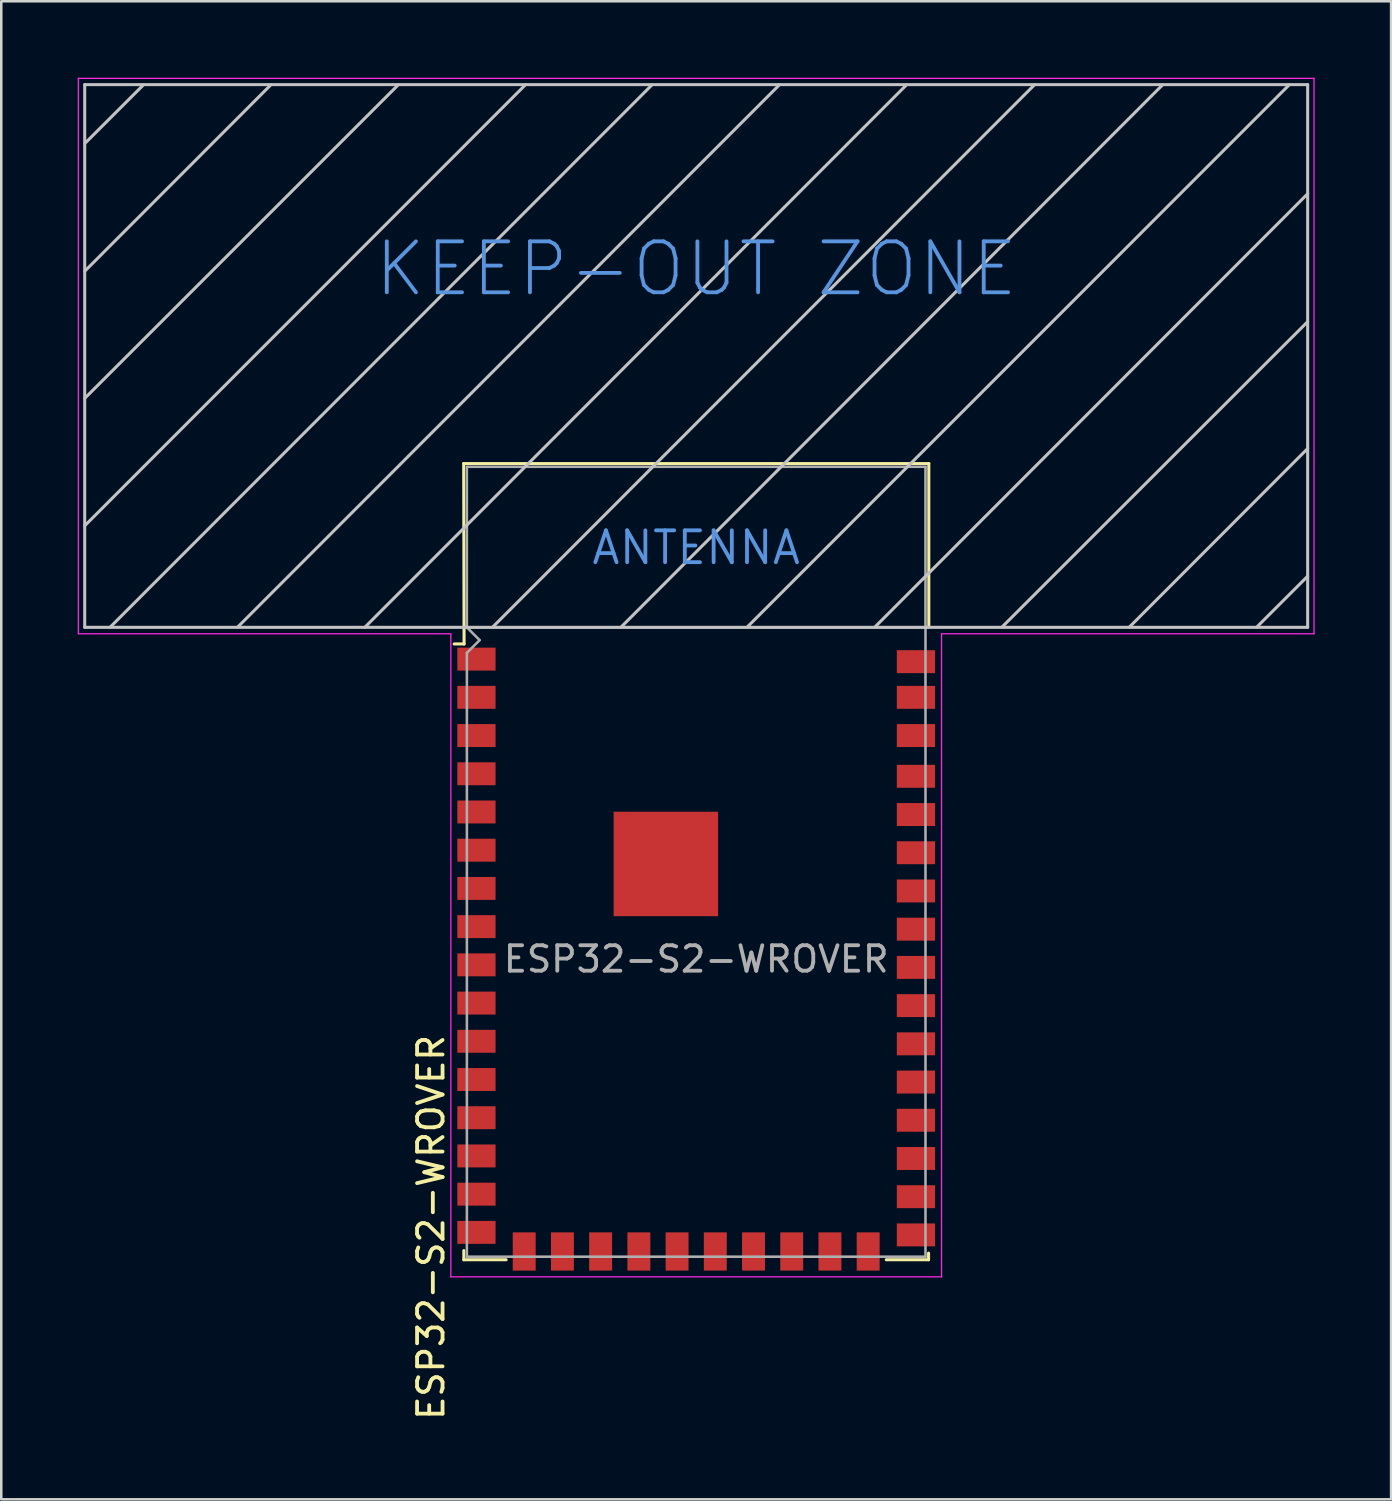
<source format=kicad_pcb>
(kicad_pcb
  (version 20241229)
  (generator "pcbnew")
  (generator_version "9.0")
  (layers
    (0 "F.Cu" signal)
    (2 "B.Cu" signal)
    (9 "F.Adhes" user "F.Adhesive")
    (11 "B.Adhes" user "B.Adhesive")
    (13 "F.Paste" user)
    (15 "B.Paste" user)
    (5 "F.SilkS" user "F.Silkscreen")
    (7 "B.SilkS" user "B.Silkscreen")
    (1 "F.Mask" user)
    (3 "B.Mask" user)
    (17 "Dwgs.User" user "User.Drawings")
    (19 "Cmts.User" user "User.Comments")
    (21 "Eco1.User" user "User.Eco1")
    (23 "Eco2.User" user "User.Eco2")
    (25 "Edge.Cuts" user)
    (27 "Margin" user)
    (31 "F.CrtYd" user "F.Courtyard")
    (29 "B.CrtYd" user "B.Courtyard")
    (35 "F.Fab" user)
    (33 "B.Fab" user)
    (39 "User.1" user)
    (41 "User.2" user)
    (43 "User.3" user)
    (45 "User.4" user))
  (footprint "ESP32-S2-WROVER"
    (layer "F.Cu")
    (at 24.275 34.595)
    (property "Reference" "ESP32-S2-WROVER" (at -10.41 10.53 90) (layer "F.SilkS") (effects (font (size 1 1) (thickness 0.15))))
    (attr smd)
    (fp_line (start -9.125 -19.45) (end 9.13 -19.45) (stroke (width 0.12) (type solid)) (layer "F.SilkS"))
    (fp_line (start -9.12 11.44) (end -9.12 11.8) (stroke (width 0.12) (type solid)) (layer "F.SilkS"))
    (fp_line (start -9.12 11.8) (end -7.46 11.8) (stroke (width 0.12) (type solid)) (layer "F.SilkS"))
    (fp_line (start -9.11 -12.37) (end -9.5 -12.37) (stroke (width 0.12) (type solid)) (layer "F.SilkS"))
    (fp_line (start -9.11 -12.37) (end -9.125 -19.45) (stroke (width 0.12) (type solid)) (layer "F.SilkS"))
    (fp_line (start 9.12 11.54) (end 9.12 11.8) (stroke (width 0.12) (type solid)) (layer "F.SilkS"))
    (fp_line (start 9.12 11.8) (end 7.46 11.8) (stroke (width 0.12) (type solid)) (layer "F.SilkS"))
    (fp_line (start 9.13 -13.03) (end 9.13 -19.45) (stroke (width 0.12) (type solid)) (layer "F.SilkS"))
    (fp_line (start -24 -34.323) (end -24 -13.023) (stroke (width 0.12) (type solid)) (layer "Dwgs.User"))
    (fp_line (start -24 -34.323) (end 24 -34.323) (stroke (width 0.12) (type solid)) (layer "Dwgs.User"))
    (fp_line (start -24 -13.023) (end 24 -13.023) (stroke (width 0.12) (type solid)) (layer "Dwgs.User"))
    (fp_line (start -21.69 -34.32) (end -23.99 -32.02) (stroke (width 0.12) (type solid)) (layer "Dwgs.User"))
    (fp_line (start -16.69 -34.32) (end -24 -27) (stroke (width 0.12) (type solid)) (layer "Dwgs.User"))
    (fp_line (start -11.69 -34.32) (end -24 -22.01) (stroke (width 0.12) (type solid)) (layer "Dwgs.User"))
    (fp_line (start -6.7 -34.32) (end -24 -17.01) (stroke (width 0.12) (type solid)) (layer "Dwgs.User"))
    (fp_line (start -1.73 -34.32) (end -23 -13.03) (stroke (width 0.12) (type solid)) (layer "Dwgs.User"))
    (fp_line (start 3.27 -34.32) (end -18 -13.03) (stroke (width 0.12) (type solid)) (layer "Dwgs.User"))
    (fp_line (start 8.26 -34.32) (end -13.01 -13.02) (stroke (width 0.12) (type solid)) (layer "Dwgs.User"))
    (fp_line (start 13.28 -34.32) (end -7.99 -13.03) (stroke (width 0.12) (type solid)) (layer "Dwgs.User"))
    (fp_line (start 18.31 -34.32) (end -2.95 -13.03) (stroke (width 0.12) (type solid)) (layer "Dwgs.User"))
    (fp_line (start 23.28 -34.32) (end 2 -13.03) (stroke (width 0.12) (type solid)) (layer "Dwgs.User"))
    (fp_line (start 24 -34.323) (end 24 -13.023) (stroke (width 0.12) (type solid)) (layer "Dwgs.User"))
    (fp_line (start 24 -30.04) (end 7.01 -13.03) (stroke (width 0.12) (type solid)) (layer "Dwgs.User"))
    (fp_line (start 24 -25.02) (end 12 -13.03) (stroke (width 0.12) (type solid)) (layer "Dwgs.User"))
    (fp_line (start 24 -20.04) (end 17 -13.03) (stroke (width 0.12) (type solid)) (layer "Dwgs.User"))
    (fp_line (start 24 -15.03) (end 22 -13.03) (stroke (width 0.12) (type solid)) (layer "Dwgs.User"))
    (fp_line (start -24.25 -34.57) (end -24.25 -12.77) (stroke (width 0.05) (type solid)) (layer "F.CrtYd"))
    (fp_line (start -24.25 -12.77) (end -9.63 -12.77) (stroke (width 0.05) (type solid)) (layer "F.CrtYd"))
    (fp_line (start -9.63 -12.77) (end -9.63 12.47) (stroke (width 0.05) (type solid)) (layer "F.CrtYd"))
    (fp_line (start -9.63 12.47) (end 9.63 12.47) (stroke (width 0.05) (type solid)) (layer "F.CrtYd"))
    (fp_line (start 9.63 -12.77) (end 24.25 -12.77) (stroke (width 0.05) (type solid)) (layer "F.CrtYd"))
    (fp_line (start 9.63 12.47) (end 9.63 -12.77) (stroke (width 0.05) (type solid)) (layer "F.CrtYd"))
    (fp_line (start 24.25 -34.57) (end -24.25 -34.57) (stroke (width 0.05) (type solid)) (layer "F.CrtYd"))
    (fp_line (start 24.25 -12.77) (end 24.25 -34.57) (stroke (width 0.05) (type solid)) (layer "F.CrtYd"))
    (fp_line (start -9 -19.323) (end 9 -19.323) (stroke (width 0.1) (type solid)) (layer "F.Fab"))
    (fp_line (start -9 -19.32) (end -9 -13.02) (stroke (width 0.1) (type solid)) (layer "F.Fab"))
    (fp_line (start -9 -12.02) (end -9 11.68) (stroke (width 0.1) (type solid)) (layer "F.Fab"))
    (fp_line (start -9 -12.02) (end -8.5 -12.52) (stroke (width 0.1) (type solid)) (layer "F.Fab"))
    (fp_line (start -9 11.68) (end 9 11.68) (stroke (width 0.1) (type solid)) (layer "F.Fab"))
    (fp_line (start -8.5 -12.52) (end -9 -13.02) (stroke (width 0.1) (type solid)) (layer "F.Fab"))
    (fp_line (start 9 -19.32) (end 9 11.68) (stroke (width 0.1) (type solid)) (layer "F.Fab"))
    (fp_line (start 9 -13.023) (end -9 -13.023) (stroke (width 0.1) (type solid)) (layer "F.Fab"))
    (fp_text user "ANTENNA" (at 0 -16.15 0) (layer "Cmts.User") (effects (font (size 1.25 1.25) (thickness 0.15))))
    (fp_text user "KEEP-OUT ZONE" (at 0 -27.09 0) (layer "Cmts.User") (effects (font (size 2 2) (thickness 0.15))))
    (fp_text user "${REFERENCE}" (at 0 0 0) (layer "F.Fab") (effects (font (size 1 1) (thickness 0.15))))
    (pad "1" smd rect (at -8.625 -11.775) (size 1.5 0.9) (layers "F.Cu" "F.Mask" "F.Paste"))
    (pad "2" smd rect (at -8.625 -10.275) (size 1.5 0.9) (layers "F.Cu" "F.Mask" "F.Paste"))
    (pad "3" smd rect (at -8.625 -8.775) (size 1.5 0.9) (layers "F.Cu" "F.Mask" "F.Paste"))
    (pad "4" smd rect (at -8.625 -7.275) (size 1.5 0.9) (layers "F.Cu" "F.Mask" "F.Paste"))
    (pad "5" smd rect (at -8.625 -5.775) (size 1.5 0.9) (layers "F.Cu" "F.Mask" "F.Paste"))
    (pad "6" smd rect (at -8.625 -4.275) (size 1.5 0.9) (layers "F.Cu" "F.Mask" "F.Paste"))
    (pad "7" smd rect (at -8.625 -2.775) (size 1.5 0.9) (layers "F.Cu" "F.Mask" "F.Paste"))
    (pad "8" smd rect (at -8.625 -1.275) (size 1.5 0.9) (layers "F.Cu" "F.Mask" "F.Paste"))
    (pad "9" smd rect (at -8.625 0.225) (size 1.5 0.9) (layers "F.Cu" "F.Mask" "F.Paste"))
    (pad "10" smd rect (at -8.625 1.725) (size 1.5 0.9) (layers "F.Cu" "F.Mask" "F.Paste"))
    (pad "11" smd rect (at -8.625 3.225) (size 1.5 0.9) (layers "F.Cu" "F.Mask" "F.Paste"))
    (pad "12" smd rect (at -8.625 4.725) (size 1.5 0.9) (layers "F.Cu" "F.Mask" "F.Paste"))
    (pad "13" smd rect (at -8.625 6.225) (size 1.5 0.9) (layers "F.Cu" "F.Mask" "F.Paste"))
    (pad "14" smd rect (at -8.625 7.725) (size 1.5 0.9) (layers "F.Cu" "F.Mask" "F.Paste"))
    (pad "15" smd rect (at -8.625 9.225 180) (size 1.5 0.9) (layers "F.Cu" "F.Mask" "F.Paste"))
    (pad "16" smd rect (at -8.625 10.725 180) (size 1.5 0.9) (layers "F.Cu" "F.Mask" "F.Paste"))
    (pad "17" smd rect (at -6.75 11.475) (size 0.9 1.5) (layers "F.Cu" "F.Mask" "F.Paste"))
    (pad "18" smd rect (at -5.25 11.475) (size 0.9 1.5) (layers "F.Cu" "F.Mask" "F.Paste"))
    (pad "19" smd rect (at -3.75 11.475) (size 0.9 1.5) (layers "F.Cu" "F.Mask" "F.Paste"))
    (pad "20" smd rect (at -2.25 11.475) (size 0.9 1.5) (layers "F.Cu" "F.Mask" "F.Paste"))
    (pad "21" smd rect (at -0.75 11.475) (size 0.9 1.5) (layers "F.Cu" "F.Mask" "F.Paste"))
    (pad "22" smd rect (at 0.75 11.475) (size 0.9 1.5) (layers "F.Cu" "F.Mask" "F.Paste"))
    (pad "23" smd rect (at 2.25 11.475) (size 0.9 1.5) (layers "F.Cu" "F.Mask" "F.Paste"))
    (pad "24" smd rect (at 3.75 11.475) (size 0.9 1.5) (layers "F.Cu" "F.Mask" "F.Paste"))
    (pad "25" smd rect (at 5.25 11.475) (size 0.9 1.5) (layers "F.Cu" "F.Mask" "F.Paste"))
    (pad "26" smd rect (at 6.75 11.475) (size 0.9 1.5) (layers "F.Cu" "F.Mask" "F.Paste"))
    (pad "27" smd rect (at 8.625 10.825) (size 1.5 0.9) (layers "F.Cu" "F.Mask" "F.Paste"))
    (pad "28" smd rect (at 8.625 9.325) (size 1.5 0.9) (layers "F.Cu" "F.Mask" "F.Paste"))
    (pad "29" smd rect (at 8.625 7.825) (size 1.5 0.9) (layers "F.Cu" "F.Mask" "F.Paste"))
    (pad "30" smd rect (at 8.625 6.325) (size 1.5 0.9) (layers "F.Cu" "F.Mask" "F.Paste"))
    (pad "31" smd rect (at 8.625 4.825) (size 1.5 0.9) (layers "F.Cu" "F.Mask" "F.Paste"))
    (pad "32" smd rect (at 8.625 3.325) (size 1.5 0.9) (layers "F.Cu" "F.Mask" "F.Paste"))
    (pad "33" smd rect (at 8.625 1.825) (size 1.5 0.9) (layers "F.Cu" "F.Mask" "F.Paste"))
    (pad "34" smd rect (at 8.625 0.325) (size 1.5 0.9) (layers "F.Cu" "F.Mask" "F.Paste"))
    (pad "35" smd rect (at 8.625 -1.175) (size 1.5 0.9) (layers "F.Cu" "F.Mask" "F.Paste"))
    (pad "36" smd rect (at 8.625 -2.675) (size 1.5 0.9) (layers "F.Cu" "F.Mask" "F.Paste"))
    (pad "37" smd rect (at 8.625 -4.175) (size 1.5 0.9) (layers "F.Cu" "F.Mask" "F.Paste"))
    (pad "38" smd rect (at 8.625 -5.675) (size 1.5 0.9) (layers "F.Cu" "F.Mask" "F.Paste"))
    (pad "39" smd rect (at 8.625 -7.175) (size 1.5 0.9) (layers "F.Cu" "F.Mask" "F.Paste"))
    (pad "40" smd rect (at 8.625 -8.775) (size 1.5 0.9) (layers "F.Cu" "F.Mask" "F.Paste"))
    (pad "41" smd rect (at 8.625 -10.275) (size 1.5 0.9) (layers "F.Cu" "F.Mask" "F.Paste"))
    (pad "42" smd rect (at 8.625 -11.675) (size 1.5 0.9) (layers "F.Cu" "F.Mask" "F.Paste"))
    (pad "43" smd rect (at -1.19 -3.735) (size 4.1 4.1) (layers "F.Cu" "F.Mask" "F.Paste")))
  (gr_rect
    (start -3 -3)
    (end 51.55 55.798)
    (stroke (width 0.1) (type default))
    (fill no)
    (layer "Edge.Cuts")))
</source>
